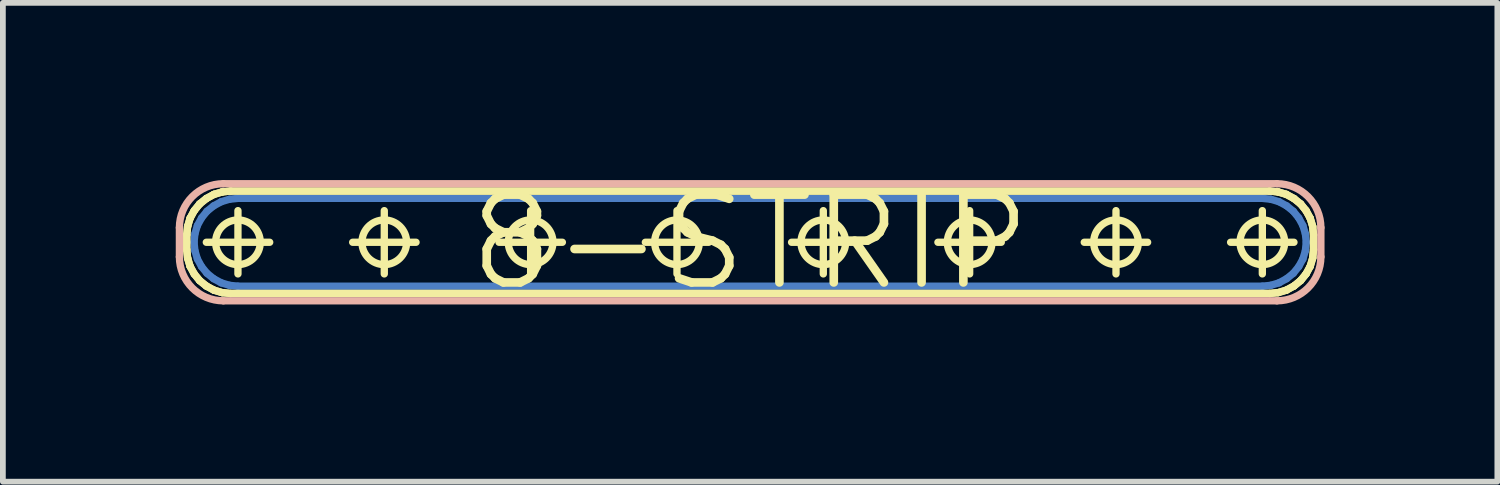
<source format=kicad_pcb>
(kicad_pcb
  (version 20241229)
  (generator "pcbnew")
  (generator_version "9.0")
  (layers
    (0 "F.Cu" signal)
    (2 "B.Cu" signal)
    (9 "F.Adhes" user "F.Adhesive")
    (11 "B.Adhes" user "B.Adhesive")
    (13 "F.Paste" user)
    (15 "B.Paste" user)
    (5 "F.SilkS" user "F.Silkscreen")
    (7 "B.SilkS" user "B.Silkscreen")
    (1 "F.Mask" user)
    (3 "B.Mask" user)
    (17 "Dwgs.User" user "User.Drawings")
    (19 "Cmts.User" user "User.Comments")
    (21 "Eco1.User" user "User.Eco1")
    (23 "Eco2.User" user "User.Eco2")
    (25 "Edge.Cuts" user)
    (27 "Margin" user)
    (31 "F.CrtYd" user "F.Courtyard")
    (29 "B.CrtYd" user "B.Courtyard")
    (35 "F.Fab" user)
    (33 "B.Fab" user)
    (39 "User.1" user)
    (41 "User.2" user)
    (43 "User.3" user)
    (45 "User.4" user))
  (footprint "8-STRIP"
    (layer "F.Cu")
    (at 9.97 1.155)
    (property "Reference" "8-STRIP" (at 0 0 0) (layer "F.SilkS") (effects (font (size 1.524 1.524) (thickness 0.15))))
    (attr exclude_from_pos_files exclude_from_bom)
    (fp_line (start -9.652 0) (end -9.637 -0.147) (stroke (width 0.127) (type solid)) (layer "B.Cu"))
    (fp_line (start -9.637 -0.147) (end -9.594 -0.29) (stroke (width 0.127) (type solid)) (layer "B.Cu"))
    (fp_line (start -9.637 0.147) (end -9.652 0) (stroke (width 0.127) (type solid)) (layer "B.Cu"))
    (fp_line (start -9.594 -0.29) (end -9.522 -0.422) (stroke (width 0.127) (type solid)) (layer "B.Cu"))
    (fp_line (start -9.594 0.29) (end -9.637 0.147) (stroke (width 0.127) (type solid)) (layer "B.Cu"))
    (fp_line (start -9.522 -0.422) (end -9.428 -0.538) (stroke (width 0.127) (type solid)) (layer "B.Cu"))
    (fp_line (start -9.522 0.422) (end -9.594 0.29) (stroke (width 0.127) (type solid)) (layer "B.Cu"))
    (fp_line (start -9.428 -0.538) (end -9.312 -0.632) (stroke (width 0.127) (type solid)) (layer "B.Cu"))
    (fp_line (start -9.428 0.538) (end -9.522 0.422) (stroke (width 0.127) (type solid)) (layer "B.Cu"))
    (fp_line (start -9.312 -0.632) (end -9.18 -0.704) (stroke (width 0.127) (type solid)) (layer "B.Cu"))
    (fp_line (start -9.312 0.632) (end -9.428 0.538) (stroke (width 0.127) (type solid)) (layer "B.Cu"))
    (fp_line (start -9.18 -0.704) (end -9.037 -0.747) (stroke (width 0.127) (type solid)) (layer "B.Cu"))
    (fp_line (start -9.18 0.704) (end -9.312 0.632) (stroke (width 0.127) (type solid)) (layer "B.Cu"))
    (fp_line (start -9.037 -0.747) (end -8.89 -0.762) (stroke (width 0.127) (type solid)) (layer "B.Cu"))
    (fp_line (start -9.037 0.747) (end -9.18 0.704) (stroke (width 0.127) (type solid)) (layer "B.Cu"))
    (fp_line (start -8.89 -0.762) (end 8.89 -0.762) (stroke (width 0.127) (type solid)) (layer "B.Cu"))
    (fp_line (start -8.89 0.762) (end -9.037 0.747) (stroke (width 0.127) (type solid)) (layer "B.Cu"))
    (fp_line (start 8.89 -0.762) (end 9.037 -0.747) (stroke (width 0.127) (type solid)) (layer "B.Cu"))
    (fp_line (start 8.89 0.762) (end -8.89 0.762) (stroke (width 0.127) (type solid)) (layer "B.Cu"))
    (fp_line (start 9.037 -0.747) (end 9.18 -0.704) (stroke (width 0.127) (type solid)) (layer "B.Cu"))
    (fp_line (start 9.037 0.747) (end 8.89 0.762) (stroke (width 0.127) (type solid)) (layer "B.Cu"))
    (fp_line (start 9.18 -0.704) (end 9.312 -0.632) (stroke (width 0.127) (type solid)) (layer "B.Cu"))
    (fp_line (start 9.18 0.704) (end 9.037 0.747) (stroke (width 0.127) (type solid)) (layer "B.Cu"))
    (fp_line (start 9.312 -0.632) (end 9.428 -0.538) (stroke (width 0.127) (type solid)) (layer "B.Cu"))
    (fp_line (start 9.312 0.632) (end 9.18 0.704) (stroke (width 0.127) (type solid)) (layer "B.Cu"))
    (fp_line (start 9.428 -0.538) (end 9.522 -0.422) (stroke (width 0.127) (type solid)) (layer "B.Cu"))
    (fp_line (start 9.428 0.538) (end 9.312 0.632) (stroke (width 0.127) (type solid)) (layer "B.Cu"))
    (fp_line (start 9.522 -0.422) (end 9.594 -0.29) (stroke (width 0.127) (type solid)) (layer "B.Cu"))
    (fp_line (start 9.522 0.422) (end 9.428 0.538) (stroke (width 0.127) (type solid)) (layer "B.Cu"))
    (fp_line (start 9.594 -0.29) (end 9.637 -0.147) (stroke (width 0.127) (type solid)) (layer "B.Cu"))
    (fp_line (start 9.594 0.29) (end 9.522 0.422) (stroke (width 0.127) (type solid)) (layer "B.Cu"))
    (fp_line (start 9.637 -0.147) (end 9.652 0) (stroke (width 0.127) (type solid)) (layer "B.Cu"))
    (fp_line (start 9.637 0.147) (end 9.594 0.29) (stroke (width 0.127) (type solid)) (layer "B.Cu"))
    (fp_line (start 9.652 0) (end 9.637 0.147) (stroke (width 0.127) (type solid)) (layer "B.Cu"))
    (fp_line (start -9.779 -0.127) (end -9.779 0.127) (stroke (width 0.127) (type solid)) (layer "F.SilkS"))
    (fp_line (start -9.779 -0.127) (end -9.764 -0.274) (stroke (width 0.127) (type solid)) (layer "F.SilkS"))
    (fp_line (start -9.779 0.127) (end -9.779 -0.127) (stroke (width 0.127) (type solid)) (layer "F.SilkS"))
    (fp_line (start -9.779 0.127) (end -9.764 0.274) (stroke (width 0.127) (type solid)) (layer "F.SilkS"))
    (fp_line (start -9.764 -0.274) (end -9.779 -0.127) (stroke (width 0.127) (type solid)) (layer "F.SilkS"))
    (fp_line (start -9.764 -0.274) (end -9.721 -0.417) (stroke (width 0.127) (type solid)) (layer "F.SilkS"))
    (fp_line (start -9.764 0.274) (end -9.779 0.127) (stroke (width 0.127) (type solid)) (layer "F.SilkS"))
    (fp_line (start -9.764 0.274) (end -9.721 0.417) (stroke (width 0.127) (type solid)) (layer "F.SilkS"))
    (fp_line (start -9.721 -0.417) (end -9.764 -0.274) (stroke (width 0.127) (type solid)) (layer "F.SilkS"))
    (fp_line (start -9.721 -0.417) (end -9.649 -0.549) (stroke (width 0.127) (type solid)) (layer "F.SilkS"))
    (fp_line (start -9.721 0.417) (end -9.764 0.274) (stroke (width 0.127) (type solid)) (layer "F.SilkS"))
    (fp_line (start -9.721 0.417) (end -9.649 0.549) (stroke (width 0.127) (type solid)) (layer "F.SilkS"))
    (fp_line (start -9.649 -0.549) (end -9.721 -0.417) (stroke (width 0.127) (type solid)) (layer "F.SilkS"))
    (fp_line (start -9.649 -0.549) (end -9.555 -0.665) (stroke (width 0.127) (type solid)) (layer "F.SilkS"))
    (fp_line (start -9.649 0.549) (end -9.721 0.417) (stroke (width 0.127) (type solid)) (layer "F.SilkS"))
    (fp_line (start -9.649 0.549) (end -9.555 0.665) (stroke (width 0.127) (type solid)) (layer "F.SilkS"))
    (fp_line (start -9.555 -0.665) (end -9.649 -0.549) (stroke (width 0.127) (type solid)) (layer "F.SilkS"))
    (fp_line (start -9.555 -0.665) (end -9.439 -0.759) (stroke (width 0.127) (type solid)) (layer "F.SilkS"))
    (fp_line (start -9.555 0.665) (end -9.649 0.549) (stroke (width 0.127) (type solid)) (layer "F.SilkS"))
    (fp_line (start -9.555 0.665) (end -9.439 0.759) (stroke (width 0.127) (type solid)) (layer "F.SilkS"))
    (fp_line (start -9.439 -0.759) (end -9.555 -0.665) (stroke (width 0.127) (type solid)) (layer "F.SilkS"))
    (fp_line (start -9.439 -0.759) (end -9.307 -0.831) (stroke (width 0.127) (type solid)) (layer "F.SilkS"))
    (fp_line (start -9.439 0) (end -8.339 0) (stroke (width 0.127) (type solid)) (layer "F.SilkS"))
    (fp_line (start -9.439 0.759) (end -9.555 0.665) (stroke (width 0.127) (type solid)) (layer "F.SilkS"))
    (fp_line (start -9.439 0.759) (end -9.307 0.831) (stroke (width 0.127) (type solid)) (layer "F.SilkS"))
    (fp_line (start -9.307 -0.831) (end -9.439 -0.759) (stroke (width 0.127) (type solid)) (layer "F.SilkS"))
    (fp_line (start -9.307 -0.831) (end -9.164 -0.874) (stroke (width 0.127) (type solid)) (layer "F.SilkS"))
    (fp_line (start -9.307 0.831) (end -9.439 0.759) (stroke (width 0.127) (type solid)) (layer "F.SilkS"))
    (fp_line (start -9.307 0.831) (end -9.164 0.874) (stroke (width 0.127) (type solid)) (layer "F.SilkS"))
    (fp_line (start -9.164 -0.874) (end -9.307 -0.831) (stroke (width 0.127) (type solid)) (layer "F.SilkS"))
    (fp_line (start -9.164 -0.874) (end -9.017 -0.889) (stroke (width 0.127) (type solid)) (layer "F.SilkS"))
    (fp_line (start -9.164 0.874) (end -9.307 0.831) (stroke (width 0.127) (type solid)) (layer "F.SilkS"))
    (fp_line (start -9.164 0.874) (end -9.017 0.889) (stroke (width 0.127) (type solid)) (layer "F.SilkS"))
    (fp_line (start -9.017 -0.889) (end -9.164 -0.874) (stroke (width 0.127) (type solid)) (layer "F.SilkS"))
    (fp_line (start -9.017 -0.889) (end 9.017 -0.889) (stroke (width 0.127) (type solid)) (layer "F.SilkS"))
    (fp_line (start -9.017 0.889) (end -9.164 0.874) (stroke (width 0.127) (type solid)) (layer "F.SilkS"))
    (fp_line (start -9.017 0.889) (end 9.017 0.889) (stroke (width 0.127) (type solid)) (layer "F.SilkS"))
    (fp_line (start -8.89 0.549) (end -8.89 -0.549) (stroke (width 0.127) (type solid)) (layer "F.SilkS"))
    (fp_line (start -6.899 0) (end -5.799 0) (stroke (width 0.127) (type solid)) (layer "F.SilkS"))
    (fp_line (start -6.35 0.549) (end -6.35 -0.549) (stroke (width 0.127) (type solid)) (layer "F.SilkS"))
    (fp_line (start -4.359 0) (end -3.259 0) (stroke (width 0.127) (type solid)) (layer "F.SilkS"))
    (fp_line (start -3.81 0.549) (end -3.81 -0.549) (stroke (width 0.127) (type solid)) (layer "F.SilkS"))
    (fp_line (start -1.819 0) (end -0.719 0) (stroke (width 0.127) (type solid)) (layer "F.SilkS"))
    (fp_line (start -1.27 0.549) (end -1.27 -0.549) (stroke (width 0.127) (type solid)) (layer "F.SilkS"))
    (fp_line (start 0.719 0) (end 1.819 0) (stroke (width 0.127) (type solid)) (layer "F.SilkS"))
    (fp_line (start 1.27 0.549) (end 1.27 -0.549) (stroke (width 0.127) (type solid)) (layer "F.SilkS"))
    (fp_line (start 3.259 0) (end 4.359 0) (stroke (width 0.127) (type solid)) (layer "F.SilkS"))
    (fp_line (start 3.81 0.549) (end 3.81 -0.549) (stroke (width 0.127) (type solid)) (layer "F.SilkS"))
    (fp_line (start 5.799 0) (end 6.899 0) (stroke (width 0.127) (type solid)) (layer "F.SilkS"))
    (fp_line (start 6.35 0.549) (end 6.35 -0.549) (stroke (width 0.127) (type solid)) (layer "F.SilkS"))
    (fp_line (start 8.339 0) (end 9.439 0) (stroke (width 0.127) (type solid)) (layer "F.SilkS"))
    (fp_line (start 8.89 0.549) (end 8.89 -0.549) (stroke (width 0.127) (type solid)) (layer "F.SilkS"))
    (fp_line (start 9.017 -0.889) (end -9.017 -0.889) (stroke (width 0.127) (type solid)) (layer "F.SilkS"))
    (fp_line (start 9.017 -0.889) (end 9.164 -0.874) (stroke (width 0.127) (type solid)) (layer "F.SilkS"))
    (fp_line (start 9.017 0.889) (end -9.017 0.889) (stroke (width 0.127) (type solid)) (layer "F.SilkS"))
    (fp_line (start 9.017 0.889) (end 9.164 0.874) (stroke (width 0.127) (type solid)) (layer "F.SilkS"))
    (fp_line (start 9.164 -0.874) (end 9.017 -0.889) (stroke (width 0.127) (type solid)) (layer "F.SilkS"))
    (fp_line (start 9.164 -0.874) (end 9.307 -0.831) (stroke (width 0.127) (type solid)) (layer "F.SilkS"))
    (fp_line (start 9.164 0.874) (end 9.017 0.889) (stroke (width 0.127) (type solid)) (layer "F.SilkS"))
    (fp_line (start 9.164 0.874) (end 9.307 0.831) (stroke (width 0.127) (type solid)) (layer "F.SilkS"))
    (fp_line (start 9.307 -0.831) (end 9.164 -0.874) (stroke (width 0.127) (type solid)) (layer "F.SilkS"))
    (fp_line (start 9.307 -0.831) (end 9.439 -0.759) (stroke (width 0.127) (type solid)) (layer "F.SilkS"))
    (fp_line (start 9.307 0.831) (end 9.164 0.874) (stroke (width 0.127) (type solid)) (layer "F.SilkS"))
    (fp_line (start 9.307 0.831) (end 9.439 0.759) (stroke (width 0.127) (type solid)) (layer "F.SilkS"))
    (fp_line (start 9.439 -0.759) (end 9.307 -0.831) (stroke (width 0.127) (type solid)) (layer "F.SilkS"))
    (fp_line (start 9.439 -0.759) (end 9.555 -0.665) (stroke (width 0.127) (type solid)) (layer "F.SilkS"))
    (fp_line (start 9.439 0.759) (end 9.307 0.831) (stroke (width 0.127) (type solid)) (layer "F.SilkS"))
    (fp_line (start 9.439 0.759) (end 9.555 0.665) (stroke (width 0.127) (type solid)) (layer "F.SilkS"))
    (fp_line (start 9.555 -0.665) (end 9.439 -0.759) (stroke (width 0.127) (type solid)) (layer "F.SilkS"))
    (fp_line (start 9.555 -0.665) (end 9.649 -0.549) (stroke (width 0.127) (type solid)) (layer "F.SilkS"))
    (fp_line (start 9.555 0.665) (end 9.439 0.759) (stroke (width 0.127) (type solid)) (layer "F.SilkS"))
    (fp_line (start 9.555 0.665) (end 9.649 0.549) (stroke (width 0.127) (type solid)) (layer "F.SilkS"))
    (fp_line (start 9.649 -0.549) (end 9.555 -0.665) (stroke (width 0.127) (type solid)) (layer "F.SilkS"))
    (fp_line (start 9.649 -0.549) (end 9.721 -0.417) (stroke (width 0.127) (type solid)) (layer "F.SilkS"))
    (fp_line (start 9.649 0.549) (end 9.555 0.665) (stroke (width 0.127) (type solid)) (layer "F.SilkS"))
    (fp_line (start 9.649 0.549) (end 9.721 0.417) (stroke (width 0.127) (type solid)) (layer "F.SilkS"))
    (fp_line (start 9.721 -0.417) (end 9.649 -0.549) (stroke (width 0.127) (type solid)) (layer "F.SilkS"))
    (fp_line (start 9.721 -0.417) (end 9.764 -0.274) (stroke (width 0.127) (type solid)) (layer "F.SilkS"))
    (fp_line (start 9.721 0.417) (end 9.649 0.549) (stroke (width 0.127) (type solid)) (layer "F.SilkS"))
    (fp_line (start 9.721 0.417) (end 9.764 0.274) (stroke (width 0.127) (type solid)) (layer "F.SilkS"))
    (fp_line (start 9.764 -0.274) (end 9.721 -0.417) (stroke (width 0.127) (type solid)) (layer "F.SilkS"))
    (fp_line (start 9.764 -0.274) (end 9.779 -0.127) (stroke (width 0.127) (type solid)) (layer "F.SilkS"))
    (fp_line (start 9.764 0.274) (end 9.721 0.417) (stroke (width 0.127) (type solid)) (layer "F.SilkS"))
    (fp_line (start 9.764 0.274) (end 9.779 0.127) (stroke (width 0.127) (type solid)) (layer "F.SilkS"))
    (fp_line (start 9.779 -0.127) (end 9.764 -0.274) (stroke (width 0.127) (type solid)) (layer "F.SilkS"))
    (fp_line (start 9.779 -0.127) (end 9.779 0.127) (stroke (width 0.127) (type solid)) (layer "F.SilkS"))
    (fp_line (start 9.779 0.127) (end 9.764 0.274) (stroke (width 0.127) (type solid)) (layer "F.SilkS"))
    (fp_line (start 9.779 0.127) (end 9.779 -0.127) (stroke (width 0.127) (type solid)) (layer "F.SilkS"))
    (fp_circle (center -8.89 0) (end -9.164 0.274) (stroke (width 0.127) (type solid)) (fill no) (layer "F.SilkS"))
    (fp_circle (center -6.35 0) (end -6.624 0.274) (stroke (width 0.127) (type solid)) (fill no) (layer "F.SilkS"))
    (fp_circle (center -3.81 0) (end -4.084 0.274) (stroke (width 0.127) (type solid)) (fill no) (layer "F.SilkS"))
    (fp_circle (center -1.27 0) (end -1.544 0.274) (stroke (width 0.127) (type solid)) (fill no) (layer "F.SilkS"))
    (fp_circle (center 1.27 0) (end 1.544 0.274) (stroke (width 0.127) (type solid)) (fill no) (layer "F.SilkS"))
    (fp_circle (center 3.81 0) (end 4.084 0.274) (stroke (width 0.127) (type solid)) (fill no) (layer "F.SilkS"))
    (fp_circle (center 6.35 0) (end 6.624 0.274) (stroke (width 0.127) (type solid)) (fill no) (layer "F.SilkS"))
    (fp_circle (center 8.89 0) (end 9.164 0.274) (stroke (width 0.127) (type solid)) (fill no) (layer "F.SilkS"))
    (fp_line (start -9.906 0.254) (end -9.906 -0.254) (stroke (width 0.127) (type solid)) (layer "B.SilkS"))
    (fp_line (start -9.144 -1.016) (end 9.144 -1.016) (stroke (width 0.127) (type solid)) (layer "B.SilkS"))
    (fp_line (start 9.144 1.016) (end -9.144 1.016) (stroke (width 0.127) (type solid)) (layer "B.SilkS"))
    (fp_line (start 9.906 -0.254) (end 9.906 0.254) (stroke (width 0.127) (type solid)) (layer "B.SilkS"))
    (fp_arc (start -9.906 -0.254) (mid -9.682815 -0.792815) (end -9.144 -1.016) (stroke (width 0.127) (type solid)) (layer "B.SilkS"))
    (fp_arc (start -9.144 1.016) (mid -9.682815 0.792815) (end -9.906 0.254) (stroke (width 0.127) (type solid)) (layer "B.SilkS"))
    (fp_arc (start 9.144 -1.016) (mid 9.682815 -0.792815) (end 9.906 -0.254) (stroke (width 0.127) (type solid)) (layer "B.SilkS"))
    (fp_arc (start 9.906 0.254) (mid 9.682815 0.792815) (end 9.144 1.016) (stroke (width 0.127) (type solid)) (layer "B.SilkS"))
    (fp_line (start -9.652 0) (end -9.637 0.147) (stroke (width 0.127) (type solid)) (layer "B.Adhes"))
    (fp_line (start -9.637 -0.147) (end -9.652 0) (stroke (width 0.127) (type solid)) (layer "B.Adhes"))
    (fp_line (start -9.637 0.147) (end -9.594 0.29) (stroke (width 0.127) (type solid)) (layer "B.Adhes"))
    (fp_line (start -9.594 -0.29) (end -9.637 -0.147) (stroke (width 0.127) (type solid)) (layer "B.Adhes"))
    (fp_line (start -9.594 0.29) (end -9.522 0.422) (stroke (width 0.127) (type solid)) (layer "B.Adhes"))
    (fp_line (start -9.522 -0.422) (end -9.594 -0.29) (stroke (width 0.127) (type solid)) (layer "B.Adhes"))
    (fp_line (start -9.522 0.422) (end -9.428 0.538) (stroke (width 0.127) (type solid)) (layer "B.Adhes"))
    (fp_line (start -9.428 -0.538) (end -9.522 -0.422) (stroke (width 0.127) (type solid)) (layer "B.Adhes"))
    (fp_line (start -9.428 0.538) (end -9.312 0.632) (stroke (width 0.127) (type solid)) (layer "B.Adhes"))
    (fp_line (start -9.312 -0.632) (end -9.428 -0.538) (stroke (width 0.127) (type solid)) (layer "B.Adhes"))
    (fp_line (start -9.312 0.632) (end -9.18 0.704) (stroke (width 0.127) (type solid)) (layer "B.Adhes"))
    (fp_line (start -9.18 -0.704) (end -9.312 -0.632) (stroke (width 0.127) (type solid)) (layer "B.Adhes"))
    (fp_line (start -9.18 0.704) (end -9.037 0.747) (stroke (width 0.127) (type solid)) (layer "B.Adhes"))
    (fp_line (start -9.037 -0.747) (end -9.18 -0.704) (stroke (width 0.127) (type solid)) (layer "B.Adhes"))
    (fp_line (start -9.037 0.747) (end -8.89 0.762) (stroke (width 0.127) (type solid)) (layer "B.Adhes"))
    (fp_line (start -8.89 -0.762) (end -9.037 -0.747) (stroke (width 0.127) (type solid)) (layer "B.Adhes"))
    (fp_line (start -8.89 0.762) (end 8.89 0.762) (stroke (width 0.127) (type solid)) (layer "B.Adhes"))
    (fp_line (start 8.89 -0.762) (end -8.89 -0.762) (stroke (width 0.127) (type solid)) (layer "B.Adhes"))
    (fp_line (start 8.89 0.762) (end 9.037 0.747) (stroke (width 0.127) (type solid)) (layer "B.Adhes"))
    (fp_line (start 9.037 -0.747) (end 8.89 -0.762) (stroke (width 0.127) (type solid)) (layer "B.Adhes"))
    (fp_line (start 9.037 0.747) (end 9.18 0.704) (stroke (width 0.127) (type solid)) (layer "B.Adhes"))
    (fp_line (start 9.18 -0.704) (end 9.037 -0.747) (stroke (width 0.127) (type solid)) (layer "B.Adhes"))
    (fp_line (start 9.18 0.704) (end 9.312 0.632) (stroke (width 0.127) (type solid)) (layer "B.Adhes"))
    (fp_line (start 9.312 -0.632) (end 9.18 -0.704) (stroke (width 0.127) (type solid)) (layer "B.Adhes"))
    (fp_line (start 9.312 0.632) (end 9.428 0.538) (stroke (width 0.127) (type solid)) (layer "B.Adhes"))
    (fp_line (start 9.428 -0.538) (end 9.312 -0.632) (stroke (width 0.127) (type solid)) (layer "B.Adhes"))
    (fp_line (start 9.428 0.538) (end 9.522 0.422) (stroke (width 0.127) (type solid)) (layer "B.Adhes"))
    (fp_line (start 9.522 -0.422) (end 9.428 -0.538) (stroke (width 0.127) (type solid)) (layer "B.Adhes"))
    (fp_line (start 9.522 0.422) (end 9.594 0.29) (stroke (width 0.127) (type solid)) (layer "B.Adhes"))
    (fp_line (start 9.594 -0.29) (end 9.522 -0.422) (stroke (width 0.127) (type solid)) (layer "B.Adhes"))
    (fp_line (start 9.594 0.29) (end 9.637 0.147) (stroke (width 0.127) (type solid)) (layer "B.Adhes"))
    (fp_line (start 9.637 -0.147) (end 9.594 -0.29) (stroke (width 0.127) (type solid)) (layer "B.Adhes"))
    (fp_line (start 9.637 0.147) (end 9.652 0) (stroke (width 0.127) (type solid)) (layer "B.Adhes"))
    (fp_line (start 9.652 0) (end 9.637 -0.147) (stroke (width 0.127) (type solid)) (layer "B.Adhes")))
  (gr_rect
    (start -3 -3)
    (end 22.939 5.31)
    (stroke (width 0.1) (type default))
    (fill no)
    (layer "Edge.Cuts")))
</source>
